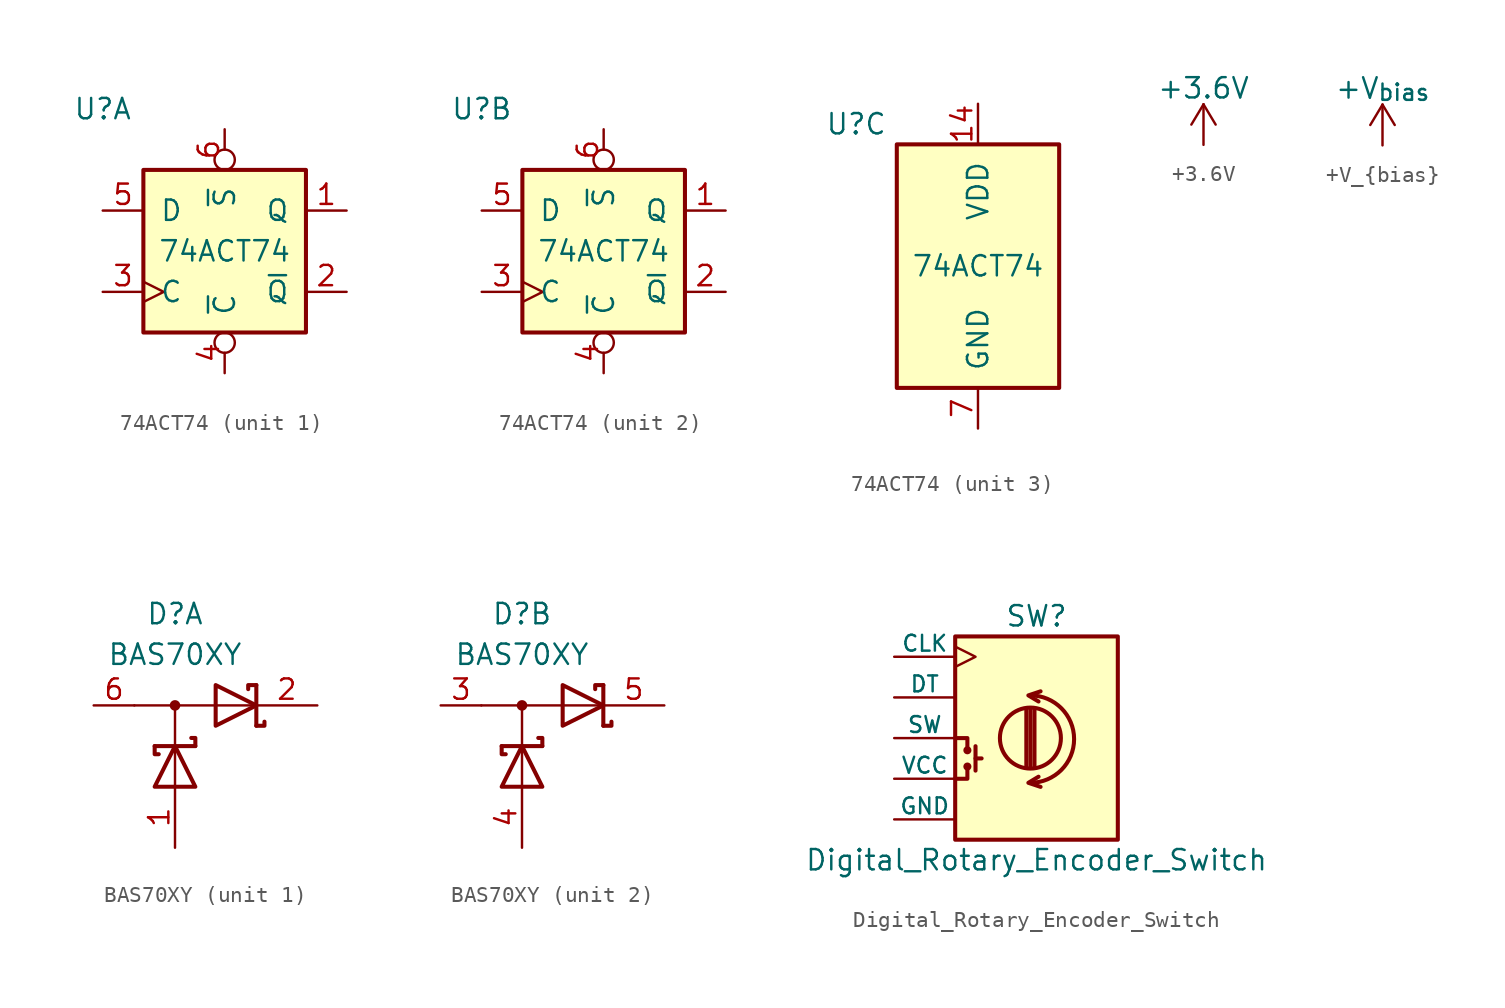
<source format=kicad_sym>
(kicad_symbol_lib
  (version 20211014)
  (generator kicad_symbol_editor)
  (symbol "74ACT74"
    (pin_names
      (offset 1.016))
    (property "Reference" "U"
      (at -7.62 8.89 0)
      (effects (font (size 1.27 1.27))))
    (property "Value" "74ACT74"
      (at 0 0 0)
      (effects (font (size 1.27 1.27))))
    (property "ki_locked" ""
      (at 0 0 0)
      (effects (font (size 1.27 1.27))))
    (symbol "74ACT74_1_1"
      (rectangle (start -5.08 5.08) (end 5.08 -5.08) (stroke (width 0.254) (type default) (color 0 0 0 0)) (fill (type background)))
      (pin output line (at 7.62 2.54 180) (length 2.54) (name "Q" (effects (font (size 1.27 1.27)))) (number "1" (effects (font (size 1.27 1.27)))))
      (pin output line (at 7.62 -2.54 180) (length 2.54) (name "~{Q}" (effects (font (size 1.27 1.27)))) (number "2" (effects (font (size 1.27 1.27)))))
      (pin input clock (at -7.62 -2.54 0) (length 2.54) (name "C" (effects (font (size 1.27 1.27)))) (number "3" (effects (font (size 1.27 1.27)))))
      (pin input inverted (at 0 -7.62 90) (length 2.54) (name "~{C}" (effects (font (size 1.27 1.27)))) (number "4" (effects (font (size 1.27 1.27)))))
      (pin input line (at -7.62 2.54 0) (length 2.54) (name "D" (effects (font (size 1.27 1.27)))) (number "5" (effects (font (size 1.27 1.27)))))
      (pin input inverted (at 0 7.62 270) (length 2.54) (name "~{S}" (effects (font (size 1.27 1.27)))) (number "6" (effects (font (size 1.27 1.27))))))
    (symbol "74ACT74_2_1"
      (rectangle (start -5.08 5.08) (end 5.08 -5.08) (stroke (width 0.254) (type default) (color 0 0 0 0)) (fill (type background)))
      (pin output line (at 7.62 2.54 180) (length 2.54) (name "Q" (effects (font (size 1.27 1.27)))) (number "1" (effects (font (size 1.27 1.27)))))
      (pin output line (at 7.62 -2.54 180) (length 2.54) (name "~{Q}" (effects (font (size 1.27 1.27)))) (number "2" (effects (font (size 1.27 1.27)))))
      (pin input clock (at -7.62 -2.54 0) (length 2.54) (name "C" (effects (font (size 1.27 1.27)))) (number "3" (effects (font (size 1.27 1.27)))))
      (pin input inverted (at 0 -7.62 90) (length 2.54) (name "~{C}" (effects (font (size 1.27 1.27)))) (number "4" (effects (font (size 1.27 1.27)))))
      (pin input line (at -7.62 2.54 0) (length 2.54) (name "D" (effects (font (size 1.27 1.27)))) (number "5" (effects (font (size 1.27 1.27)))))
      (pin input inverted (at 0 7.62 270) (length 2.54) (name "~{S}" (effects (font (size 1.27 1.27)))) (number "6" (effects (font (size 1.27 1.27))))))
    (symbol "74ACT74_3_0"
      (pin power_in line (at 0 10.16 270) (length 2.54) (name "VDD" (effects (font (size 1.27 1.27)))) (number "14" (effects (font (size 1.27 1.27)))))
      (pin power_in line (at 0 -10.16 90) (length 2.54) (name "GND" (effects (font (size 1.27 1.27)))) (number "7" (effects (font (size 1.27 1.27))))))
    (symbol "74ACT74_3_1"
      (rectangle (start -5.08 7.62) (end 5.08 -7.62) (stroke (width 0.254) (type default) (color 0 0 0 0)) (fill (type background)))))
  (symbol "+3.6V"
    (power)
    (pin_names
      (offset 0))
    (property "Reference" "#PWR"
      (at 0 -3.81 0)
      (effects (font (size 1.27 1.27)) hide))
    (property "Value" "+3.6V"
      (at 0 3.556 0)
      (effects (font (size 1.27 1.27))))
    (symbol "+3.6V_0_1"
      (polyline (pts (xy -0.762 1.27) (xy 0 2.54)) (stroke (width 0) (type default) (color 0 0 0 0)) (fill (type none)))
      (polyline (pts (xy 0 0) (xy 0 2.54)) (stroke (width 0) (type default) (color 0 0 0 0)) (fill (type none)))
      (polyline (pts (xy 0 2.54) (xy 0.762 1.27)) (stroke (width 0) (type default) (color 0 0 0 0)) (fill (type none))))
    (symbol "+3.6V_1_1"
      (pin power_in line (at 0 0 90) (length 0) hide (name "+3V6" (effects (font (size 1.27 1.27)))) (number "1" (effects (font (size 1.27 1.27)))))))
  (symbol "+V_{bias}"
    (power)
    (pin_names
      (offset 0))
    (property "Reference" "#PWR"
      (at 0 -3.81 0)
      (effects (font (size 1.27 1.27)) hide))
    (property "Value" "+V_{bias}"
      (at 0 3.556 0)
      (effects (font (size 1.27 1.27))))
    (symbol "+V_{bias}_0_1"
      (polyline (pts (xy -0.762 1.27) (xy 0 2.54)) (stroke (width 0) (type default) (color 0 0 0 0)) (fill (type none)))
      (polyline (pts (xy 0 0) (xy 0 2.54)) (stroke (width 0) (type default) (color 0 0 0 0)) (fill (type none)))
      (polyline (pts (xy 0 2.54) (xy 0.762 1.27)) (stroke (width 0) (type default) (color 0 0 0 0)) (fill (type none))))
    (symbol "+V_{bias}_1_1"
      (pin power_in line (at 0 0 90) (length 0) hide (name "+VCRIT" (effects (font (size 1.27 1.27)))) (number "1" (effects (font (size 1.27 1.27)))))))
  (symbol "BAS70XY"
    (pin_names
      (offset 0.762) hide)
    (property "Reference" "D"
      (at 0 5.715 0)
      (effects (font (size 1.27 1.27))))
    (property "Value" "BAS70XY"
      (at 0 3.175 0)
      (effects (font (size 1.27 1.27))))
    (property "ki_locked" ""
      (at 0 0 0)
      (effects (font (size 1.27 1.27))))
    (symbol "BAS70XY_0_1"
      (polyline (pts (xy -2.54 0) (xy 0 0)) (stroke (width 0) (type default) (color 0 0 0 0)) (fill (type none)))
      (polyline (pts (xy 0 0) (xy 0 -5.08)) (stroke (width 0) (type default) (color 0 0 0 0)) (fill (type none)))
      (polyline (pts (xy 5.08 0) (xy 0 0)) (stroke (width 0) (type default) (color 0 0 0 0)) (fill (type none)))
      (polyline (pts (xy 1.27 -2.54) (xy -1.27 -2.54) (xy -1.27 -2.54)) (stroke (width 0.254) (type default) (color 0 0 0 0)) (fill (type none)))
      (polyline (pts (xy 5.08 1.27) (xy 5.08 -1.27) (xy 5.08 -1.27)) (stroke (width 0.254) (type default) (color 0 0 0 0)) (fill (type none)))
      (polyline (pts (xy 1.27 -2.54) (xy 1.27 -2.032) (xy 1.016 -2.032) (xy 1.016 -2.032)) (stroke (width 0.254) (type default) (color 0 0 0 0)) (fill (type none)))
      (polyline (pts (xy 5.08 -1.27) (xy 5.588 -1.27) (xy 5.588 -1.016) (xy 5.588 -1.016)) (stroke (width 0.254) (type default) (color 0 0 0 0)) (fill (type none)))
      (polyline (pts (xy 5.08 1.27) (xy 4.572 1.27) (xy 4.572 1.016) (xy 4.572 1.016)) (stroke (width 0.254) (type default) (color 0 0 0 0)) (fill (type none)))
      (polyline (pts (xy -1.016 -3.048) (xy -1.27 -3.048) (xy -1.27 -2.54) (xy -1.27 -2.54) (xy -1.27 -2.54)) (stroke (width 0.254) (type default) (color 0 0 0 0)) (fill (type none)))
      (polyline (pts (xy -1.27 -5.08) (xy 0 -2.54) (xy 1.27 -5.08) (xy -1.27 -5.08) (xy -1.27 -5.08) (xy -1.27 -5.08)) (stroke (width 0.254) (type default) (color 0 0 0 0)) (fill (type none)))
      (polyline (pts (xy 2.54 1.27) (xy 5.08 0) (xy 2.54 -1.27) (xy 2.54 1.27) (xy 2.54 1.27) (xy 2.54 1.27)) (stroke (width 0.254) (type default) (color 0 0 0 0)) (fill (type none)))
      (circle (center 0 0) (radius 0.254) (stroke (width 0) (type default) (color 0 0 0 0)) (fill (type outline))))
    (symbol "BAS70XY_1_1"
      (pin passive line (at 0 -8.89 90) (length 3.81) (name "A" (effects (font (size 1.27 1.27)))) (number "1" (effects (font (size 1.27 1.27)))))
      (pin passive line (at 8.89 0 180) (length 3.81) (name "K" (effects (font (size 1.27 1.27)))) (number "2" (effects (font (size 1.27 1.27)))))
      (pin passive line (at -5.08 0 0) (length 2.54) (name "common" (effects (font (size 1.27 1.27)))) (number "6" (effects (font (size 1.27 1.27))))))
    (symbol "BAS70XY_2_1"
      (pin passive line (at -5.08 0 0) (length 2.54) (name "common" (effects (font (size 1.27 1.27)))) (number "3" (effects (font (size 1.27 1.27)))))
      (pin passive line (at 0 -8.89 90) (length 3.81) (name "A" (effects (font (size 1.27 1.27)))) (number "4" (effects (font (size 1.27 1.27)))))
      (pin passive line (at 8.89 0 180) (length 3.81) (name "K" (effects (font (size 1.27 1.27)))) (number "5" (effects (font (size 1.27 1.27)))))))
  (symbol "Digital_Rotary_Encoder_Switch"
    (pin_numbers hide)
    (pin_names
      (offset 0))
    (property "Reference" "SW"
      (at 0 7.62 0)
      (effects (font (size 1.27 1.27))))
    (property "Value" "Digital_Rotary_Encoder_Switch"
      (at 0 -7.62 0)
      (effects (font (size 1.27 1.27))))
    (symbol "Digital_Rotary_Encoder_Switch_0_1"
      (rectangle (start -5.08 6.35) (end 5.08 -6.35) (stroke (width 0.254) (type default) (color 0 0 0 0)) (fill (type background)))
      (arc (start -0.381 -2.794) (mid 2.3622 -0.0508) (end -0.381 2.667) (stroke (width 0.254) (type default) (color 0 0 0 0)) (fill (type none)))
      (circle (center -0.381 0) (radius 1.905) (stroke (width 0.254) (type default) (color 0 0 0 0)) (fill (type none)))
      (polyline (pts (xy -0.635 -1.778) (xy -0.635 1.778)) (stroke (width 0.254) (type default) (color 0 0 0 0)) (fill (type none)))
      (polyline (pts (xy -0.381 -1.778) (xy -0.381 1.778)) (stroke (width 0.254) (type default) (color 0 0 0 0)) (fill (type none)))
      (polyline (pts (xy -0.127 1.778) (xy -0.127 -1.778)) (stroke (width 0.254) (type default) (color 0 0 0 0)) (fill (type none)))
      (polyline (pts (xy 0.254 -3.048) (xy -0.508 -2.794) (xy 0.127 -2.413)) (stroke (width 0.254) (type default) (color 0 0 0 0)) (fill (type none)))
      (polyline (pts (xy 0.254 2.921) (xy -0.508 2.667) (xy 0.127 2.286)) (stroke (width 0.254) (type default) (color 0 0 0 0)) (fill (type none))))
    (symbol "Digital_Rotary_Encoder_Switch_1_1"
      (circle (center -4.318 -1.778) (radius 0.127) (stroke (width 0.254) (type default) (color 0 0 0 0)) (fill (type none)))
      (circle (center -4.318 -0.762) (radius 0.127) (stroke (width 0.254) (type default) (color 0 0 0 0)) (fill (type none)))
      (polyline (pts (xy -3.81 -2.032) (xy -3.81 -0.508)) (stroke (width 0.254) (type default) (color 0 0 0 0)) (fill (type none)))
      (polyline (pts (xy -3.81 -1.27) (xy -3.429 -1.27)) (stroke (width 0.254) (type default) (color 0 0 0 0)) (fill (type none)))
      (polyline (pts (xy -5.08 -2.54) (xy -4.318 -2.54) (xy -4.318 -1.778)) (stroke (width 0.254) (type default) (color 0 0 0 0)) (fill (type none)))
      (polyline (pts (xy -5.08 0) (xy -4.318 0) (xy -4.318 -0.762)) (stroke (width 0.254) (type default) (color 0 0 0 0)) (fill (type none)))
      (pin power_in line (at -8.89 -5.08 0) (length 3.81) (name "GND" (effects (font (size 0.991 0.991)))) (number "1" (effects (font (size 0.991 0.991)))))
      (pin power_in line (at -8.89 -2.54 0) (length 3.81) (name "VCC" (effects (font (size 0.991 0.991)))) (number "2" (effects (font (size 0.991 0.991)))))
      (pin output line (at -8.89 0 0) (length 3.81) (name "SW" (effects (font (size 0.991 0.991)))) (number "3" (effects (font (size 0.991 0.991)))))
      (pin bidirectional line (at -8.89 2.54 0) (length 3.81) (name "DT" (effects (font (size 0.991 0.991)))) (number "4" (effects (font (size 0.991 0.991)))))
      (pin input clock (at -8.89 5.08 0) (length 3.81) (name "CLK" (effects (font (size 0.991 0.991)))) (number "5" (effects (font (size 0.991 0.991))))))))
</source>
